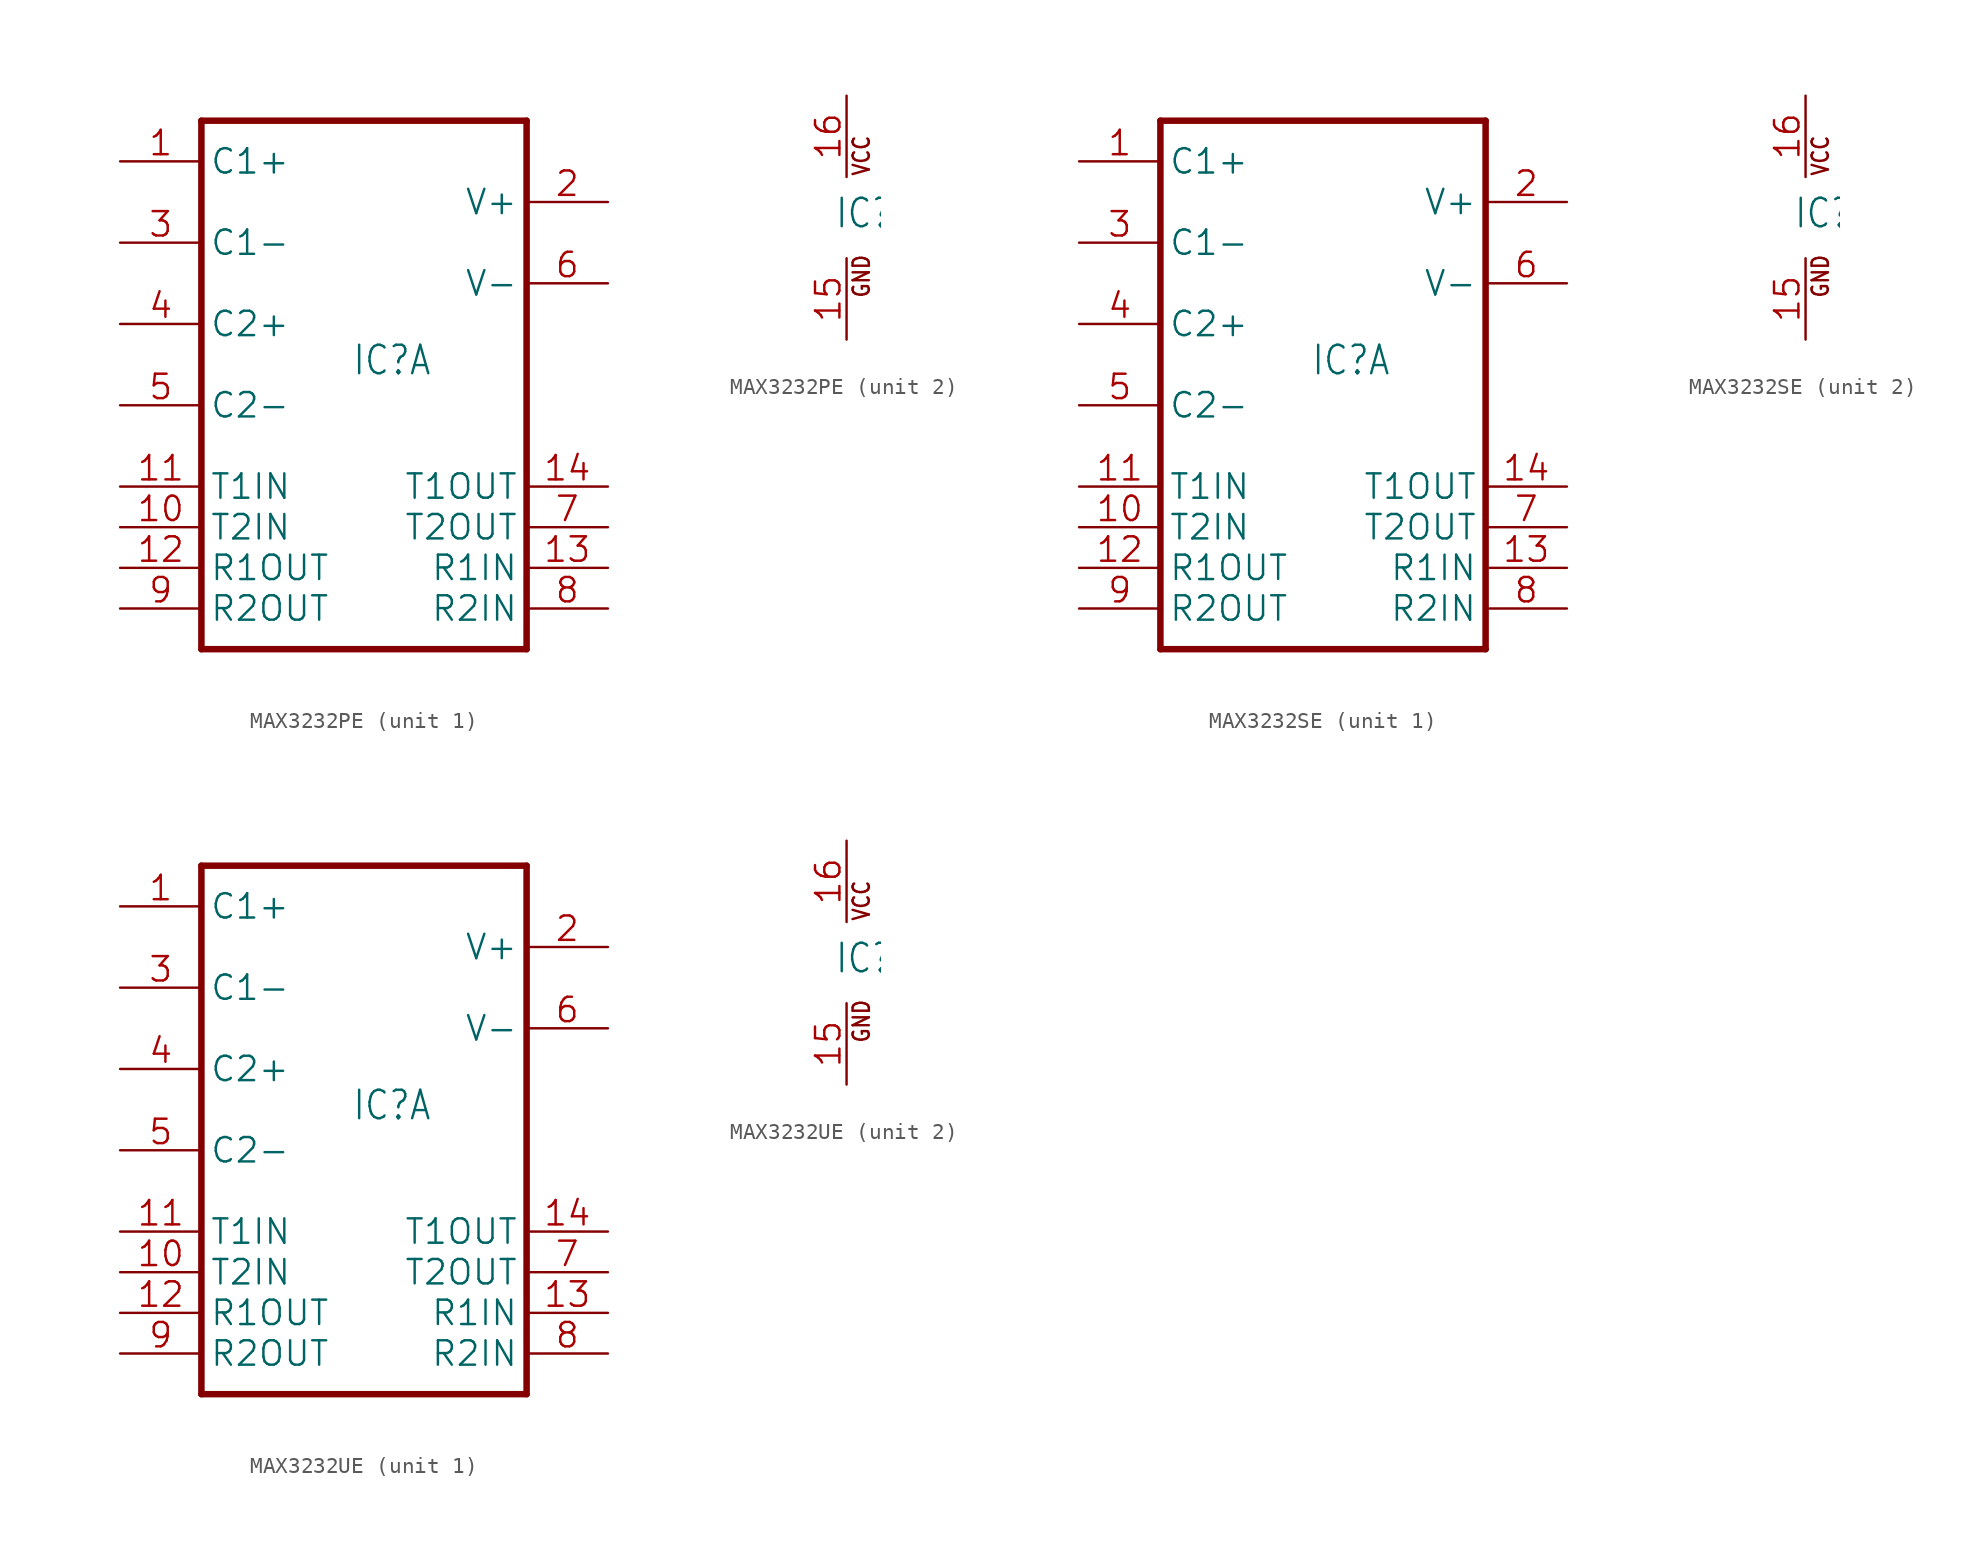
<source format=kicad_sym>
(kicad_symbol_lib
  (version 20241209)
  (generator "kicad_symbol_editor")
  (generator_version "9.0")
  (symbol "MAX3232PE"
    (property "Reference" "IC"
      (at -0.762 -0.762 0)
      (effects (font (size 1.778 1.511)) (justify left bottom)))
    (property "ki_locked" ""
      (at 0 0 0)
      (effects (font (size 1.27 1.27))))
    (symbol "MAX3232PE_1_0"
      (polyline (pts (xy -10.16 15.24) (xy -10.16 -17.78)) (stroke (width 0.406) (type solid)) (fill (type none)))
      (polyline (pts (xy -10.16 15.24) (xy 10.16 15.24)) (stroke (width 0.406) (type solid)) (fill (type none)))
      (polyline (pts (xy 10.16 -17.78) (xy -10.16 -17.78)) (stroke (width 0.406) (type solid)) (fill (type none)))
      (polyline (pts (xy 10.16 -17.78) (xy 10.16 15.24)) (stroke (width 0.406) (type solid)) (fill (type none)))
      (pin bidirectional line (at -15.24 12.7 0) (length 5.08) (name "C1+" (effects (font (size 1.524 1.524)))) (number "1" (effects (font (size 1.524 1.524)))))
      (pin bidirectional line (at -15.24 7.62 0) (length 5.08) (name "C1-" (effects (font (size 1.524 1.524)))) (number "3" (effects (font (size 1.524 1.524)))))
      (pin bidirectional line (at -15.24 2.54 0) (length 5.08) (name "C2+" (effects (font (size 1.524 1.524)))) (number "4" (effects (font (size 1.524 1.524)))))
      (pin bidirectional line (at -15.24 -2.54 0) (length 5.08) (name "C2-" (effects (font (size 1.524 1.524)))) (number "5" (effects (font (size 1.524 1.524)))))
      (pin input line (at -15.24 -7.62 0) (length 5.08) (name "T1IN" (effects (font (size 1.524 1.524)))) (number "11" (effects (font (size 1.524 1.524)))))
      (pin input line (at -15.24 -10.16 0) (length 5.08) (name "T2IN" (effects (font (size 1.524 1.524)))) (number "10" (effects (font (size 1.524 1.524)))))
      (pin output line (at -15.24 -12.7 0) (length 5.08) (name "R1OUT" (effects (font (size 1.524 1.524)))) (number "12" (effects (font (size 1.524 1.524)))))
      (pin output line (at -15.24 -15.24 0) (length 5.08) (name "R2OUT" (effects (font (size 1.524 1.524)))) (number "9" (effects (font (size 1.524 1.524)))))
      (pin bidirectional line (at 15.24 10.16 180) (length 5.08) (name "V+" (effects (font (size 1.524 1.524)))) (number "2" (effects (font (size 1.524 1.524)))))
      (pin bidirectional line (at 15.24 5.08 180) (length 5.08) (name "V-" (effects (font (size 1.524 1.524)))) (number "6" (effects (font (size 1.524 1.524)))))
      (pin output line (at 15.24 -7.62 180) (length 5.08) (name "T1OUT" (effects (font (size 1.524 1.524)))) (number "14" (effects (font (size 1.524 1.524)))))
      (pin output line (at 15.24 -10.16 180) (length 5.08) (name "T2OUT" (effects (font (size 1.524 1.524)))) (number "7" (effects (font (size 1.524 1.524)))))
      (pin input line (at 15.24 -12.7 180) (length 5.08) (name "R1IN" (effects (font (size 1.524 1.524)))) (number "13" (effects (font (size 1.524 1.524)))))
      (pin input line (at 15.24 -15.24 180) (length 5.08) (name "R2IN" (effects (font (size 1.524 1.524)))) (number "8" (effects (font (size 1.524 1.524))))))
    (symbol "MAX3232PE_2_0"
      (text "VCC" (at 1.524 2.54 900) (effects (font (size 1.016 0.864)) (justify left bottom)))
      (text "GND" (at 1.524 -5.08 900) (effects (font (size 1.016 0.864)) (justify left bottom)))
      (pin power_in line (at 0 7.62 270) (length 5.08) (name "VCC" (effects (font (size 0 0)))) (number "16" (effects (font (size 1.524 1.524)))))
      (pin power_in line (at 0 -7.62 90) (length 5.08) (name "GND" (effects (font (size 0 0)))) (number "15" (effects (font (size 1.524 1.524)))))))
  (symbol "MAX3232SE"
    (property "Reference" "IC"
      (at -0.762 -0.762 0)
      (effects (font (size 1.778 1.511)) (justify left bottom)))
    (property "ki_locked" ""
      (at 0 0 0)
      (effects (font (size 1.27 1.27))))
    (symbol "MAX3232SE_1_0"
      (polyline (pts (xy -10.16 15.24) (xy -10.16 -17.78)) (stroke (width 0.406) (type solid)) (fill (type none)))
      (polyline (pts (xy -10.16 15.24) (xy 10.16 15.24)) (stroke (width 0.406) (type solid)) (fill (type none)))
      (polyline (pts (xy 10.16 -17.78) (xy -10.16 -17.78)) (stroke (width 0.406) (type solid)) (fill (type none)))
      (polyline (pts (xy 10.16 -17.78) (xy 10.16 15.24)) (stroke (width 0.406) (type solid)) (fill (type none)))
      (pin bidirectional line (at -15.24 12.7 0) (length 5.08) (name "C1+" (effects (font (size 1.524 1.524)))) (number "1" (effects (font (size 1.524 1.524)))))
      (pin bidirectional line (at -15.24 7.62 0) (length 5.08) (name "C1-" (effects (font (size 1.524 1.524)))) (number "3" (effects (font (size 1.524 1.524)))))
      (pin bidirectional line (at -15.24 2.54 0) (length 5.08) (name "C2+" (effects (font (size 1.524 1.524)))) (number "4" (effects (font (size 1.524 1.524)))))
      (pin bidirectional line (at -15.24 -2.54 0) (length 5.08) (name "C2-" (effects (font (size 1.524 1.524)))) (number "5" (effects (font (size 1.524 1.524)))))
      (pin input line (at -15.24 -7.62 0) (length 5.08) (name "T1IN" (effects (font (size 1.524 1.524)))) (number "11" (effects (font (size 1.524 1.524)))))
      (pin input line (at -15.24 -10.16 0) (length 5.08) (name "T2IN" (effects (font (size 1.524 1.524)))) (number "10" (effects (font (size 1.524 1.524)))))
      (pin output line (at -15.24 -12.7 0) (length 5.08) (name "R1OUT" (effects (font (size 1.524 1.524)))) (number "12" (effects (font (size 1.524 1.524)))))
      (pin output line (at -15.24 -15.24 0) (length 5.08) (name "R2OUT" (effects (font (size 1.524 1.524)))) (number "9" (effects (font (size 1.524 1.524)))))
      (pin bidirectional line (at 15.24 10.16 180) (length 5.08) (name "V+" (effects (font (size 1.524 1.524)))) (number "2" (effects (font (size 1.524 1.524)))))
      (pin bidirectional line (at 15.24 5.08 180) (length 5.08) (name "V-" (effects (font (size 1.524 1.524)))) (number "6" (effects (font (size 1.524 1.524)))))
      (pin output line (at 15.24 -7.62 180) (length 5.08) (name "T1OUT" (effects (font (size 1.524 1.524)))) (number "14" (effects (font (size 1.524 1.524)))))
      (pin output line (at 15.24 -10.16 180) (length 5.08) (name "T2OUT" (effects (font (size 1.524 1.524)))) (number "7" (effects (font (size 1.524 1.524)))))
      (pin input line (at 15.24 -12.7 180) (length 5.08) (name "R1IN" (effects (font (size 1.524 1.524)))) (number "13" (effects (font (size 1.524 1.524)))))
      (pin input line (at 15.24 -15.24 180) (length 5.08) (name "R2IN" (effects (font (size 1.524 1.524)))) (number "8" (effects (font (size 1.524 1.524))))))
    (symbol "MAX3232SE_2_0"
      (text "VCC" (at 1.524 2.54 900) (effects (font (size 1.016 0.864)) (justify left bottom)))
      (text "GND" (at 1.524 -5.08 900) (effects (font (size 1.016 0.864)) (justify left bottom)))
      (pin power_in line (at 0 7.62 270) (length 5.08) (name "VCC" (effects (font (size 0 0)))) (number "16" (effects (font (size 1.524 1.524)))))
      (pin power_in line (at 0 -7.62 90) (length 5.08) (name "GND" (effects (font (size 0 0)))) (number "15" (effects (font (size 1.524 1.524)))))))
  (symbol "MAX3232UE"
    (property "Reference" "IC"
      (at -0.762 -0.762 0)
      (effects (font (size 1.778 1.511)) (justify left bottom)))
    (property "ki_locked" ""
      (at 0 0 0)
      (effects (font (size 1.27 1.27))))
    (symbol "MAX3232UE_1_0"
      (polyline (pts (xy -10.16 15.24) (xy -10.16 -17.78)) (stroke (width 0.406) (type solid)) (fill (type none)))
      (polyline (pts (xy -10.16 15.24) (xy 10.16 15.24)) (stroke (width 0.406) (type solid)) (fill (type none)))
      (polyline (pts (xy 10.16 -17.78) (xy -10.16 -17.78)) (stroke (width 0.406) (type solid)) (fill (type none)))
      (polyline (pts (xy 10.16 -17.78) (xy 10.16 15.24)) (stroke (width 0.406) (type solid)) (fill (type none)))
      (pin bidirectional line (at -15.24 12.7 0) (length 5.08) (name "C1+" (effects (font (size 1.524 1.524)))) (number "1" (effects (font (size 1.524 1.524)))))
      (pin bidirectional line (at -15.24 7.62 0) (length 5.08) (name "C1-" (effects (font (size 1.524 1.524)))) (number "3" (effects (font (size 1.524 1.524)))))
      (pin bidirectional line (at -15.24 2.54 0) (length 5.08) (name "C2+" (effects (font (size 1.524 1.524)))) (number "4" (effects (font (size 1.524 1.524)))))
      (pin bidirectional line (at -15.24 -2.54 0) (length 5.08) (name "C2-" (effects (font (size 1.524 1.524)))) (number "5" (effects (font (size 1.524 1.524)))))
      (pin input line (at -15.24 -7.62 0) (length 5.08) (name "T1IN" (effects (font (size 1.524 1.524)))) (number "11" (effects (font (size 1.524 1.524)))))
      (pin input line (at -15.24 -10.16 0) (length 5.08) (name "T2IN" (effects (font (size 1.524 1.524)))) (number "10" (effects (font (size 1.524 1.524)))))
      (pin output line (at -15.24 -12.7 0) (length 5.08) (name "R1OUT" (effects (font (size 1.524 1.524)))) (number "12" (effects (font (size 1.524 1.524)))))
      (pin output line (at -15.24 -15.24 0) (length 5.08) (name "R2OUT" (effects (font (size 1.524 1.524)))) (number "9" (effects (font (size 1.524 1.524)))))
      (pin bidirectional line (at 15.24 10.16 180) (length 5.08) (name "V+" (effects (font (size 1.524 1.524)))) (number "2" (effects (font (size 1.524 1.524)))))
      (pin bidirectional line (at 15.24 5.08 180) (length 5.08) (name "V-" (effects (font (size 1.524 1.524)))) (number "6" (effects (font (size 1.524 1.524)))))
      (pin output line (at 15.24 -7.62 180) (length 5.08) (name "T1OUT" (effects (font (size 1.524 1.524)))) (number "14" (effects (font (size 1.524 1.524)))))
      (pin output line (at 15.24 -10.16 180) (length 5.08) (name "T2OUT" (effects (font (size 1.524 1.524)))) (number "7" (effects (font (size 1.524 1.524)))))
      (pin input line (at 15.24 -12.7 180) (length 5.08) (name "R1IN" (effects (font (size 1.524 1.524)))) (number "13" (effects (font (size 1.524 1.524)))))
      (pin input line (at 15.24 -15.24 180) (length 5.08) (name "R2IN" (effects (font (size 1.524 1.524)))) (number "8" (effects (font (size 1.524 1.524))))))
    (symbol "MAX3232UE_2_0"
      (text "VCC" (at 1.524 2.54 900) (effects (font (size 1.016 0.864)) (justify left bottom)))
      (text "GND" (at 1.524 -5.08 900) (effects (font (size 1.016 0.864)) (justify left bottom)))
      (pin power_in line (at 0 7.62 270) (length 5.08) (name "VCC" (effects (font (size 0 0)))) (number "16" (effects (font (size 1.524 1.524)))))
      (pin power_in line (at 0 -7.62 90) (length 5.08) (name "GND" (effects (font (size 0 0)))) (number "15" (effects (font (size 1.524 1.524))))))))
</source>
